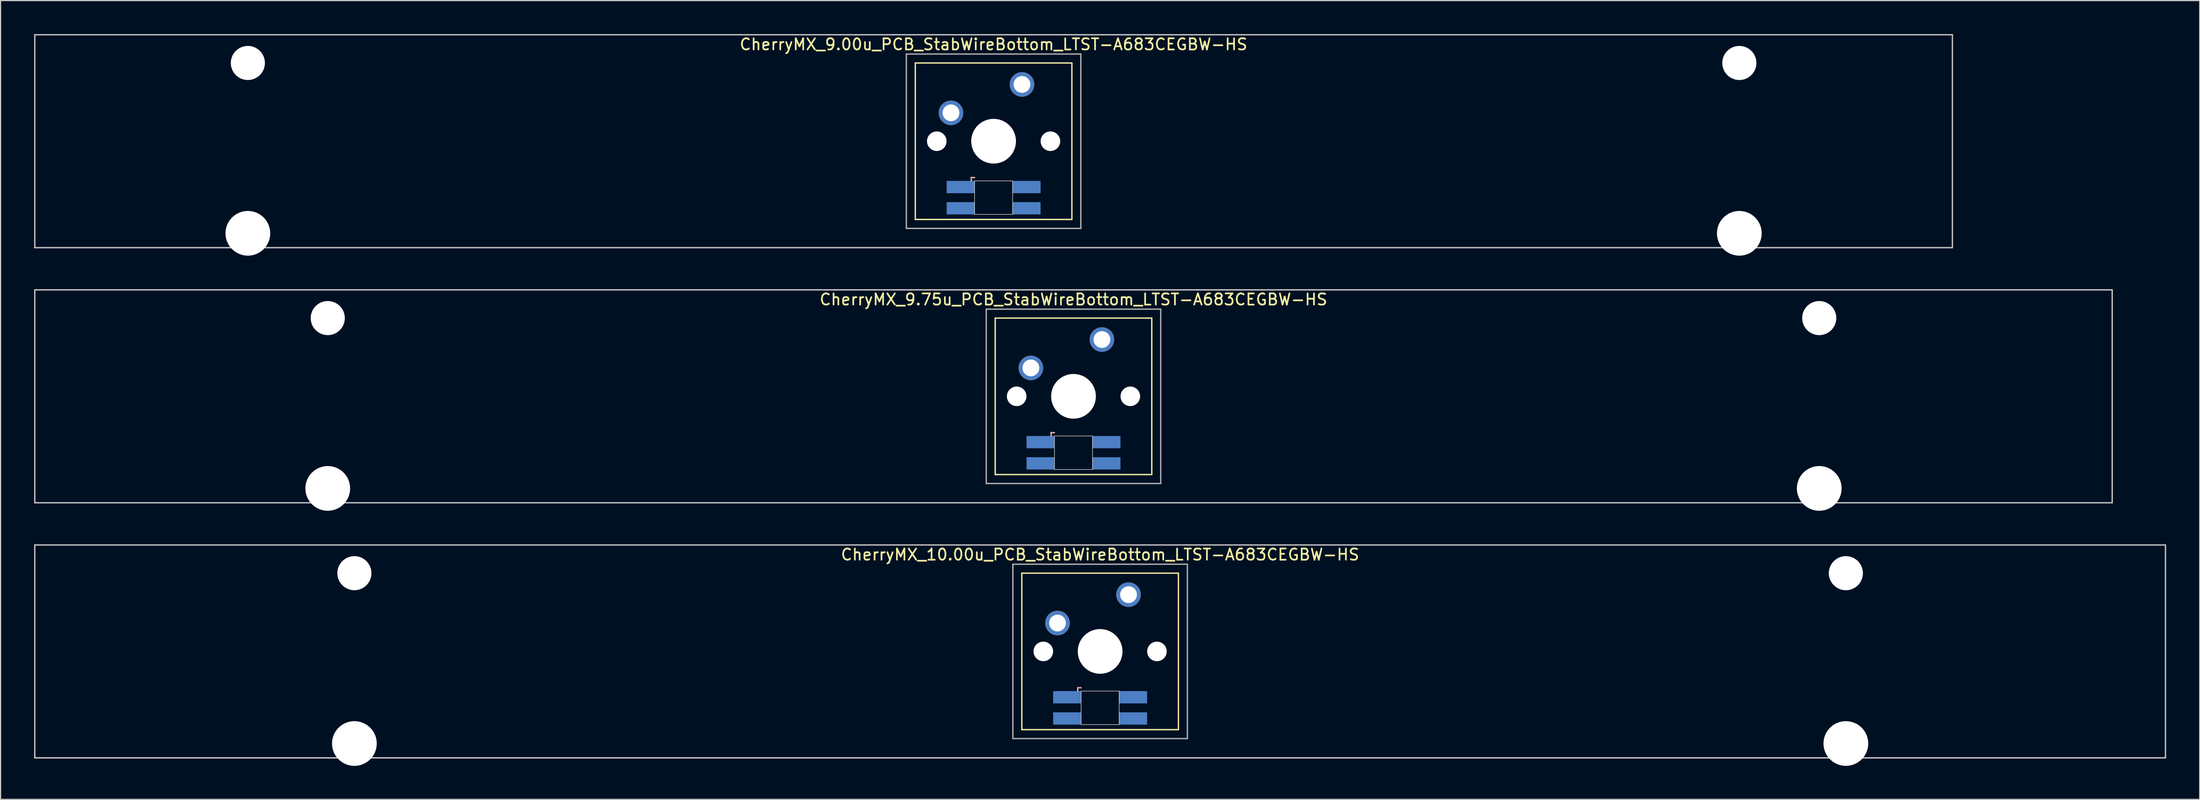
<source format=kicad_pcb>
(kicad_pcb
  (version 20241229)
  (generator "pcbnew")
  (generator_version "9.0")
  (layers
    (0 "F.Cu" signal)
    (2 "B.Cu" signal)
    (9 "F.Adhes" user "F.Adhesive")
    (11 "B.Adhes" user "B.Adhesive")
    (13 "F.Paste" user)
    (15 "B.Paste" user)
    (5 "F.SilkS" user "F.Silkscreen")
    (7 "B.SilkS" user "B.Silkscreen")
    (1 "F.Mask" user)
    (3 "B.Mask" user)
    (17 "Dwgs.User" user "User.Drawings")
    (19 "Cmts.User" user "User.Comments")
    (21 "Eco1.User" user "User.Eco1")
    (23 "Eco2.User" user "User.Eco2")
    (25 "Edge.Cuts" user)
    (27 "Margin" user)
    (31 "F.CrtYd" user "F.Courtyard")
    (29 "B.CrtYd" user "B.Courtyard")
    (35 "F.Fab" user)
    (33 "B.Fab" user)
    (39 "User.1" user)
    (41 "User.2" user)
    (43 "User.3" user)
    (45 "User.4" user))
  (footprint "CherryMX_10.00u_PCB_StabWireBottom_LTST-A683CEGBW-HS"
    (layer "F.Cu")
    (at 95.31 55.235)
    (property "Reference" "CherryMX_10.00u_PCB_StabWireBottom_LTST-A683CEGBW-HS" (at 0 -8.662 0) (layer "F.SilkS") (effects (font (size 1 1) (thickness 0.15))))
    (attr through_hole)
    (fp_line (start -7 -7) (end -7 7) (stroke (width 0.12) (type solid)) (layer "F.SilkS"))
    (fp_line (start -7 -7) (end 7 -7) (stroke (width 0.12) (type solid)) (layer "F.SilkS"))
    (fp_line (start 7 -7) (end 7 7) (stroke (width 0.12) (type solid)) (layer "F.SilkS"))
    (fp_line (start 7 7) (end -7 7) (stroke (width 0.12) (type solid)) (layer "F.SilkS"))
    (fp_line (start -2 3.25) (end -2 3.55) (stroke (width 0.12) (type solid)) (layer "B.SilkS"))
    (fp_line (start -1.7 3.25) (end -2 3.25) (stroke (width 0.12) (type solid)) (layer "B.SilkS"))
    (fp_line (start -95.25 -9.525) (end 95.25 -9.525) (stroke (width 0.12) (type solid)) (layer "Dwgs.User"))
    (fp_line (start -95.25 9.525) (end -95.25 -9.525) (stroke (width 0.12) (type solid)) (layer "Dwgs.User"))
    (fp_line (start 95.25 -9.525) (end 95.25 9.525) (stroke (width 0.12) (type solid)) (layer "Dwgs.User"))
    (fp_line (start 95.25 9.525) (end -95.25 9.525) (stroke (width 0.12) (type solid)) (layer "Dwgs.User"))
    (fp_line (start -1.7 3.55) (end 1.7 3.55) (stroke (width 0.05) (type solid)) (layer "Edge.Cuts"))
    (fp_line (start -1.7 6.55) (end -1.7 3.55) (stroke (width 0.05) (type solid)) (layer "Edge.Cuts"))
    (fp_line (start 1.7 3.55) (end 1.7 6.55) (stroke (width 0.05) (type solid)) (layer "Edge.Cuts"))
    (fp_line (start 1.7 6.55) (end -1.7 6.55) (stroke (width 0.05) (type solid)) (layer "Edge.Cuts"))
    (fp_line (start -7.8 -7.8) (end -7.8 7.8) (stroke (width 0.12) (type solid)) (layer "F.Fab"))
    (fp_line (start -7.8 -7.8) (end 7.8 -7.8) (stroke (width 0.12) (type solid)) (layer "F.Fab"))
    (fp_line (start -7.8 7.8) (end 7.8 7.8) (stroke (width 0.12) (type solid)) (layer "F.Fab"))
    (fp_line (start 7.8 -7.8) (end 7.8 7.8) (stroke (width 0.12) (type solid)) (layer "F.Fab"))
    (pad "" np_thru_hole circle (at -66.675 -7) (size 3.05 3.05) (drill 3.05) (layers "*.Cu" "*.Mask"))
    (pad "" np_thru_hole circle (at -66.675 8.24) (size 4 4) (drill 4) (layers "*.Cu" "*.Mask"))
    (pad "" np_thru_hole circle (at -5.08 0) (size 1.75 1.75) (drill 1.75) (layers "*.Cu" "*.Mask"))
    (pad "" np_thru_hole circle (at 0 0) (size 4 4) (drill 4) (layers "*.Cu" "*.Mask"))
    (pad "" np_thru_hole circle (at 5.08 0) (size 1.75 1.75) (drill 1.75) (layers "*.Cu" "*.Mask"))
    (pad "" np_thru_hole circle (at 66.675 -7) (size 3.05 3.05) (drill 3.05) (layers "*.Cu" "*.Mask"))
    (pad "" np_thru_hole circle (at 66.675 8.24) (size 4 4) (drill 4) (layers "*.Cu" "*.Mask"))
    (pad "1" thru_hole circle (at -3.81 -2.54) (size 2.2 2.2) (drill 1.5) (layers "*.Cu" "*.Mask"))
    (pad "2" thru_hole circle (at 2.54 -5.08) (size 2.2 2.2) (drill 1.5) (layers "*.Cu" "*.Mask"))
    (pad "3" smd rect (at -2.95 4.1) (size 2.5 1.1) (layers "B.Cu" "B.Mask" "B.Paste"))
    (pad "4" smd rect (at -2.95 6) (size 2.5 1.1) (layers "B.Cu" "B.Mask" "B.Paste"))
    (pad "5" smd rect (at 2.95 4.1) (size 2.5 1.1) (layers "B.Cu" "B.Mask" "B.Paste"))
    (pad "6" smd rect (at 2.95 6) (size 2.5 1.1) (layers "B.Cu" "B.Mask" "B.Paste")))
  (footprint "CherryMX_9.75u_PCB_StabWireBottom_LTST-A683CEGBW-HS"
    (layer "F.Cu")
    (at 92.929 32.41)
    (property "Reference" "CherryMX_9.75u_PCB_StabWireBottom_LTST-A683CEGBW-HS" (at 0 -8.662 0) (layer "F.SilkS") (effects (font (size 1 1) (thickness 0.15))))
    (attr through_hole)
    (fp_line (start -7 -7) (end -7 7) (stroke (width 0.12) (type solid)) (layer "F.SilkS"))
    (fp_line (start -7 -7) (end 7 -7) (stroke (width 0.12) (type solid)) (layer "F.SilkS"))
    (fp_line (start 7 -7) (end 7 7) (stroke (width 0.12) (type solid)) (layer "F.SilkS"))
    (fp_line (start 7 7) (end -7 7) (stroke (width 0.12) (type solid)) (layer "F.SilkS"))
    (fp_line (start -2 3.25) (end -2 3.55) (stroke (width 0.12) (type solid)) (layer "B.SilkS"))
    (fp_line (start -1.7 3.25) (end -2 3.25) (stroke (width 0.12) (type solid)) (layer "B.SilkS"))
    (fp_line (start -92.869 -9.525) (end 92.869 -9.525) (stroke (width 0.12) (type solid)) (layer "Dwgs.User"))
    (fp_line (start -92.869 9.525) (end -92.869 -9.525) (stroke (width 0.12) (type solid)) (layer "Dwgs.User"))
    (fp_line (start 92.869 -9.525) (end 92.869 9.525) (stroke (width 0.12) (type solid)) (layer "Dwgs.User"))
    (fp_line (start 92.869 9.525) (end -92.869 9.525) (stroke (width 0.12) (type solid)) (layer "Dwgs.User"))
    (fp_line (start -1.7 3.55) (end 1.7 3.55) (stroke (width 0.05) (type solid)) (layer "Edge.Cuts"))
    (fp_line (start -1.7 6.55) (end -1.7 3.55) (stroke (width 0.05) (type solid)) (layer "Edge.Cuts"))
    (fp_line (start 1.7 3.55) (end 1.7 6.55) (stroke (width 0.05) (type solid)) (layer "Edge.Cuts"))
    (fp_line (start 1.7 6.55) (end -1.7 6.55) (stroke (width 0.05) (type solid)) (layer "Edge.Cuts"))
    (fp_line (start -7.8 -7.8) (end -7.8 7.8) (stroke (width 0.12) (type solid)) (layer "F.Fab"))
    (fp_line (start -7.8 -7.8) (end 7.8 -7.8) (stroke (width 0.12) (type solid)) (layer "F.Fab"))
    (fp_line (start -7.8 7.8) (end 7.8 7.8) (stroke (width 0.12) (type solid)) (layer "F.Fab"))
    (fp_line (start 7.8 -7.8) (end 7.8 7.8) (stroke (width 0.12) (type solid)) (layer "F.Fab"))
    (pad "" np_thru_hole circle (at -66.675 -7) (size 3.05 3.05) (drill 3.05) (layers "*.Cu" "*.Mask"))
    (pad "" np_thru_hole circle (at -66.675 8.24) (size 4 4) (drill 4) (layers "*.Cu" "*.Mask"))
    (pad "" np_thru_hole circle (at -5.08 0) (size 1.75 1.75) (drill 1.75) (layers "*.Cu" "*.Mask"))
    (pad "" np_thru_hole circle (at 0 0) (size 4 4) (drill 4) (layers "*.Cu" "*.Mask"))
    (pad "" np_thru_hole circle (at 5.08 0) (size 1.75 1.75) (drill 1.75) (layers "*.Cu" "*.Mask"))
    (pad "" np_thru_hole circle (at 66.675 -7) (size 3.05 3.05) (drill 3.05) (layers "*.Cu" "*.Mask"))
    (pad "" np_thru_hole circle (at 66.675 8.24) (size 4 4) (drill 4) (layers "*.Cu" "*.Mask"))
    (pad "1" thru_hole circle (at -3.81 -2.54) (size 2.2 2.2) (drill 1.5) (layers "*.Cu" "*.Mask"))
    (pad "2" thru_hole circle (at 2.54 -5.08) (size 2.2 2.2) (drill 1.5) (layers "*.Cu" "*.Mask"))
    (pad "3" smd rect (at -2.95 4.1) (size 2.5 1.1) (layers "B.Cu" "B.Mask" "B.Paste"))
    (pad "4" smd rect (at -2.95 6) (size 2.5 1.1) (layers "B.Cu" "B.Mask" "B.Paste"))
    (pad "5" smd rect (at 2.95 4.1) (size 2.5 1.1) (layers "B.Cu" "B.Mask" "B.Paste"))
    (pad "6" smd rect (at 2.95 6) (size 2.5 1.1) (layers "B.Cu" "B.Mask" "B.Paste")))
  (footprint "CherryMX_9.00u_PCB_StabWireBottom_LTST-A683CEGBW-HS"
    (layer "F.Cu")
    (at 85.785 9.585)
    (property "Reference" "CherryMX_9.00u_PCB_StabWireBottom_LTST-A683CEGBW-HS" (at 0 -8.662 0) (layer "F.SilkS") (effects (font (size 1 1) (thickness 0.15))))
    (attr through_hole)
    (fp_line (start -7 -7) (end -7 7) (stroke (width 0.12) (type solid)) (layer "F.SilkS"))
    (fp_line (start -7 -7) (end 7 -7) (stroke (width 0.12) (type solid)) (layer "F.SilkS"))
    (fp_line (start 7 -7) (end 7 7) (stroke (width 0.12) (type solid)) (layer "F.SilkS"))
    (fp_line (start 7 7) (end -7 7) (stroke (width 0.12) (type solid)) (layer "F.SilkS"))
    (fp_line (start -2 3.25) (end -2 3.55) (stroke (width 0.12) (type solid)) (layer "B.SilkS"))
    (fp_line (start -1.7 3.25) (end -2 3.25) (stroke (width 0.12) (type solid)) (layer "B.SilkS"))
    (fp_line (start -85.725 -9.525) (end 85.725 -9.525) (stroke (width 0.12) (type solid)) (layer "Dwgs.User"))
    (fp_line (start -85.725 9.525) (end -85.725 -9.525) (stroke (width 0.12) (type solid)) (layer "Dwgs.User"))
    (fp_line (start 85.725 -9.525) (end 85.725 9.525) (stroke (width 0.12) (type solid)) (layer "Dwgs.User"))
    (fp_line (start 85.725 9.525) (end -85.725 9.525) (stroke (width 0.12) (type solid)) (layer "Dwgs.User"))
    (fp_line (start -1.7 3.55) (end 1.7 3.55) (stroke (width 0.05) (type solid)) (layer "Edge.Cuts"))
    (fp_line (start -1.7 6.55) (end -1.7 3.55) (stroke (width 0.05) (type solid)) (layer "Edge.Cuts"))
    (fp_line (start 1.7 3.55) (end 1.7 6.55) (stroke (width 0.05) (type solid)) (layer "Edge.Cuts"))
    (fp_line (start 1.7 6.55) (end -1.7 6.55) (stroke (width 0.05) (type solid)) (layer "Edge.Cuts"))
    (fp_line (start -7.8 -7.8) (end -7.8 7.8) (stroke (width 0.12) (type solid)) (layer "F.Fab"))
    (fp_line (start -7.8 -7.8) (end 7.8 -7.8) (stroke (width 0.12) (type solid)) (layer "F.Fab"))
    (fp_line (start -7.8 7.8) (end 7.8 7.8) (stroke (width 0.12) (type solid)) (layer "F.Fab"))
    (fp_line (start 7.8 -7.8) (end 7.8 7.8) (stroke (width 0.12) (type solid)) (layer "F.Fab"))
    (pad "" np_thru_hole circle (at -66.675 -7) (size 3.05 3.05) (drill 3.05) (layers "*.Cu" "*.Mask"))
    (pad "" np_thru_hole circle (at -66.675 8.24) (size 4 4) (drill 4) (layers "*.Cu" "*.Mask"))
    (pad "" np_thru_hole circle (at -5.08 0) (size 1.75 1.75) (drill 1.75) (layers "*.Cu" "*.Mask"))
    (pad "" np_thru_hole circle (at 0 0) (size 4 4) (drill 4) (layers "*.Cu" "*.Mask"))
    (pad "" np_thru_hole circle (at 5.08 0) (size 1.75 1.75) (drill 1.75) (layers "*.Cu" "*.Mask"))
    (pad "" np_thru_hole circle (at 66.675 -7) (size 3.05 3.05) (drill 3.05) (layers "*.Cu" "*.Mask"))
    (pad "" np_thru_hole circle (at 66.675 8.24) (size 4 4) (drill 4) (layers "*.Cu" "*.Mask"))
    (pad "1" thru_hole circle (at -3.81 -2.54) (size 2.2 2.2) (drill 1.5) (layers "*.Cu" "*.Mask"))
    (pad "2" thru_hole circle (at 2.54 -5.08) (size 2.2 2.2) (drill 1.5) (layers "*.Cu" "*.Mask"))
    (pad "3" smd rect (at -2.95 4.1) (size 2.5 1.1) (layers "B.Cu" "B.Mask" "B.Paste"))
    (pad "4" smd rect (at -2.95 6) (size 2.5 1.1) (layers "B.Cu" "B.Mask" "B.Paste"))
    (pad "5" smd rect (at 2.95 4.1) (size 2.5 1.1) (layers "B.Cu" "B.Mask" "B.Paste"))
    (pad "6" smd rect (at 2.95 6) (size 2.5 1.1) (layers "B.Cu" "B.Mask" "B.Paste")))
  (gr_rect
    (start -3 -3)
    (end 193.62 68.475)
    (stroke (width 0.1) (type default))
    (fill no)
    (layer "Edge.Cuts")))
</source>
